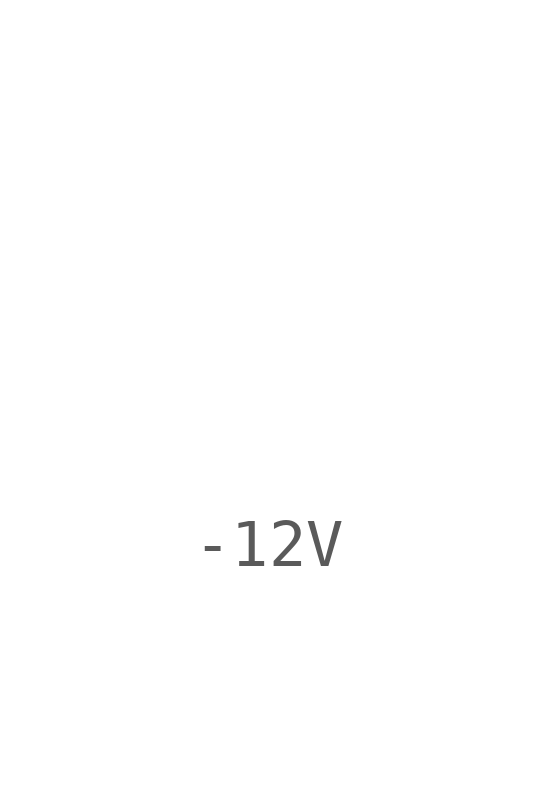
<source format=kicad_sym>
(kicad_symbol_lib
  (version 20211014)
  (generator kicad_symbol_editor)
  (symbol "-12V"
    (power)
    (pin_numbers hide)
    (pin_names
      (offset 0.635))
    (property "Reference" "#PWR"
      (at 0 2.54 0)
      (effects (font (size 1.778 1.778)) hide))
    (symbol "-12V_1_1"
      (pin power_in inverted (at 0 0 270) (length 5.08) hide (name "-12V" (effects (font (size 1.27 1.27)))) (number "1" (effects (font (size 1.27 1.27))))))))
</source>
